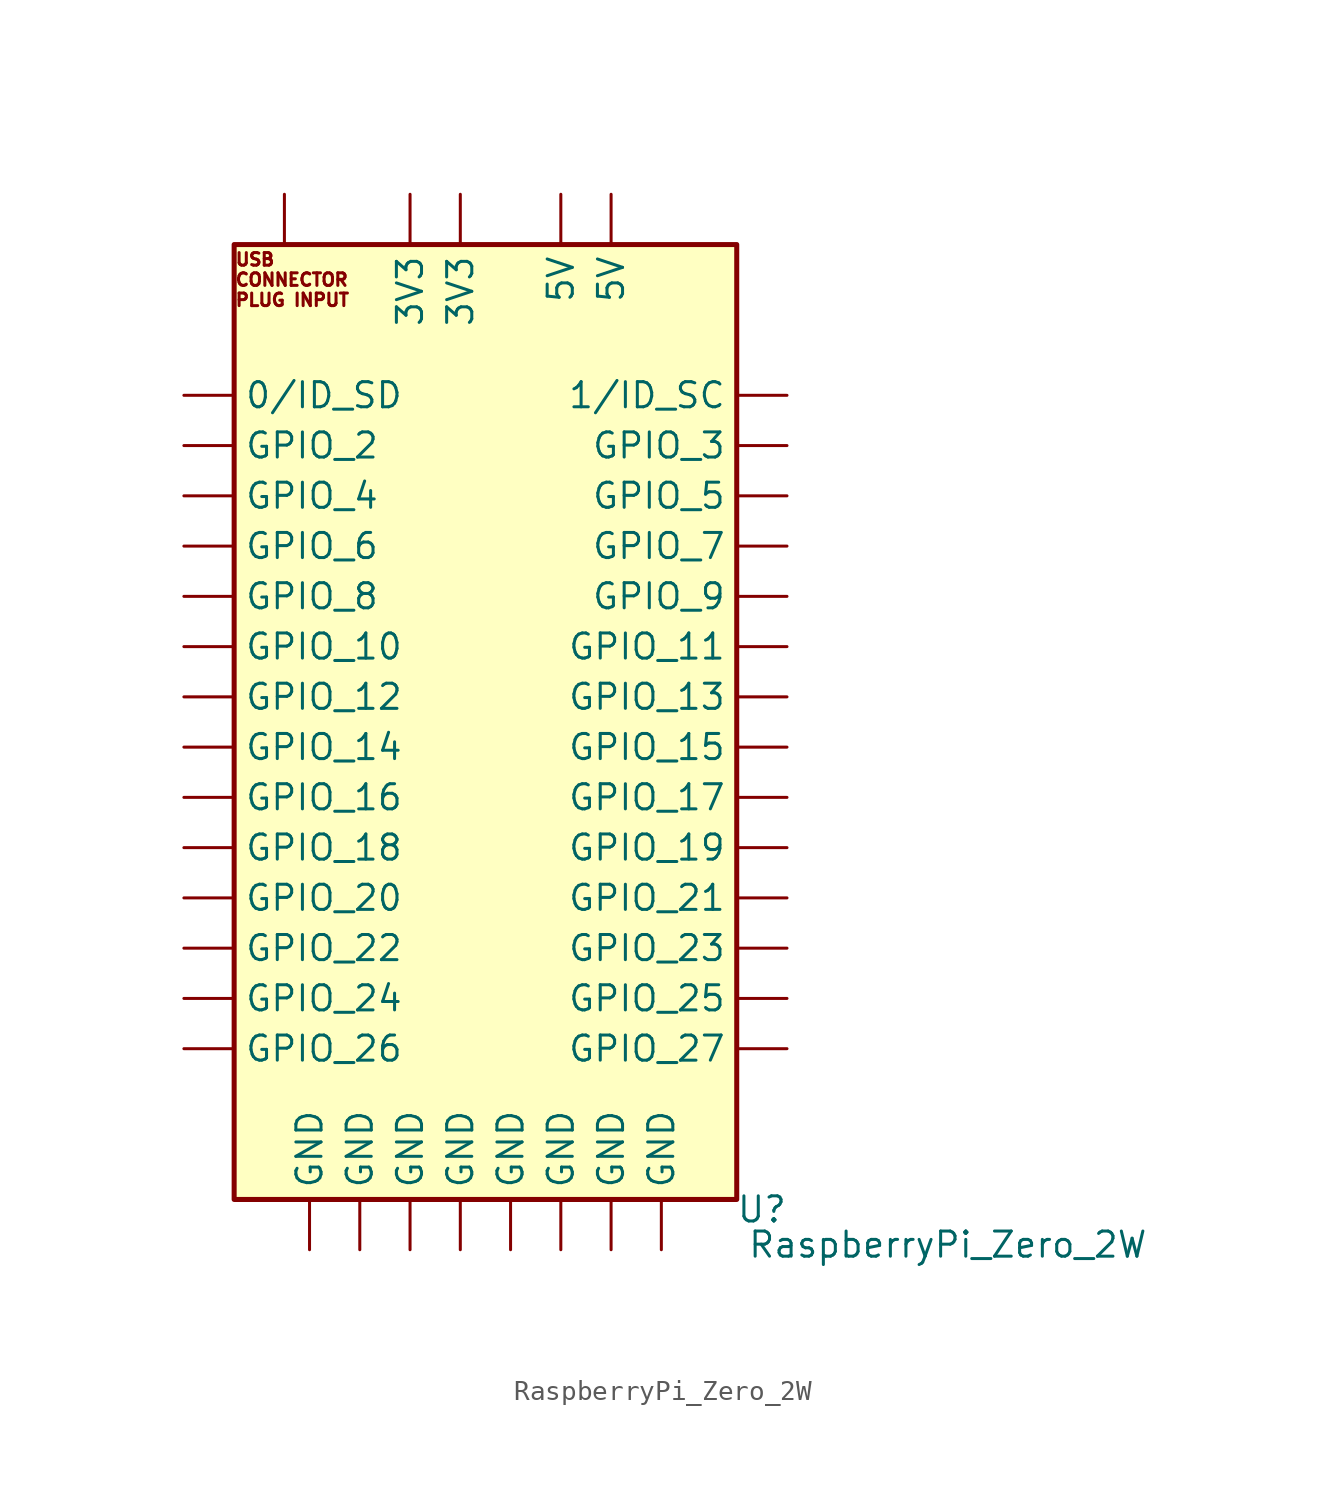
<source format=kicad_sym>
(kicad_symbol_lib
  (version 20231120)
  (generator "kicad_symbol_editor")
  (generator_version "8.0")
  (symbol "RaspberryPi_Zero_2W"
    (property "Reference" "U"
      (at 13.97 -23.368 0)
      (effects (font (size 1.27 1.27))))
    (property "Value" "RaspberryPi_Zero_2W"
      (at 23.368 -25.146 0)
      (effects (font (size 1.27 1.27))))
    (symbol "RaspberryPi_Zero_2W_0_1"
      (rectangle (start -12.7 25.4) (end 12.7 -22.86) (stroke (width 0.254) (type default)) (fill (type background))))
    (symbol "RaspberryPi_Zero_2W_1_1"
      (text "USB \nCONNECTOR \nPLUG INPUT" (at -12.7 23.622 0) (effects (font (size 0.635 0.635)) (justify left)))
      (pin bidirectional line (at -10.16 27.94 270) (length 2.54) (name "" (effects (font (size 1.27 1.27)))) (number "" (effects (font (size 1.27 1.27)))))
      (pin bidirectional line (at -15.24 17.78 0) (length 2.54) (name "0/ID_SD" (effects (font (size 1.27 1.27)))) (number "" (effects (font (size 1.27 1.27)))))
      (pin bidirectional line (at 15.24 17.78 180) (length 2.54) (name "1/ID_SC" (effects (font (size 1.27 1.27)))) (number "" (effects (font (size 1.27 1.27)))))
      (pin power_out line (at -3.81 27.94 270) (length 2.54) (name "3V3" (effects (font (size 1.27 1.27)))) (number "" (effects (font (size 1.27 1.27)))))
      (pin power_out line (at -1.27 27.94 270) (length 2.54) (name "3V3" (effects (font (size 1.27 1.27)))) (number "" (effects (font (size 1.27 1.27)))))
      (pin power_in line (at 3.81 27.94 270) (length 2.54) (name "5V" (effects (font (size 1.27 1.27)))) (number "" (effects (font (size 1.27 1.27)))))
      (pin power_in line (at 6.35 27.94 270) (length 2.54) (name "5V" (effects (font (size 1.27 1.27)))) (number "" (effects (font (size 1.27 1.27)))))
      (pin power_in line (at -8.89 -25.4 90) (length 2.54) (name "GND" (effects (font (size 1.27 1.27)))) (number "" (effects (font (size 1.27 1.27)))))
      (pin power_in line (at -6.35 -25.4 90) (length 2.54) (name "GND" (effects (font (size 1.27 1.27)))) (number "" (effects (font (size 1.27 1.27)))))
      (pin power_in line (at -3.81 -25.4 90) (length 2.54) (name "GND" (effects (font (size 1.27 1.27)))) (number "" (effects (font (size 1.27 1.27)))))
      (pin power_in line (at -1.27 -25.4 90) (length 2.54) (name "GND" (effects (font (size 1.27 1.27)))) (number "" (effects (font (size 1.27 1.27)))))
      (pin power_in line (at 1.27 -25.4 90) (length 2.54) (name "GND" (effects (font (size 1.27 1.27)))) (number "" (effects (font (size 1.27 1.27)))))
      (pin power_in line (at 3.81 -25.4 90) (length 2.54) (name "GND" (effects (font (size 1.27 1.27)))) (number "" (effects (font (size 1.27 1.27)))))
      (pin power_in line (at 6.35 -25.4 90) (length 2.54) (name "GND" (effects (font (size 1.27 1.27)))) (number "" (effects (font (size 1.27 1.27)))))
      (pin power_in line (at 8.89 -25.4 90) (length 2.54) (name "GND" (effects (font (size 1.27 1.27)))) (number "" (effects (font (size 1.27 1.27)))))
      (pin bidirectional line (at -15.24 5.08 0) (length 2.54) (name "GPIO_10" (effects (font (size 1.27 1.27)))) (number "" (effects (font (size 1.27 1.27)))))
      (pin bidirectional line (at 15.24 5.08 180) (length 2.54) (name "GPIO_11" (effects (font (size 1.27 1.27)))) (number "" (effects (font (size 1.27 1.27)))))
      (pin bidirectional line (at -15.24 2.54 0) (length 2.54) (name "GPIO_12" (effects (font (size 1.27 1.27)))) (number "" (effects (font (size 1.27 1.27)))))
      (pin bidirectional line (at 15.24 2.54 180) (length 2.54) (name "GPIO_13" (effects (font (size 1.27 1.27)))) (number "" (effects (font (size 1.27 1.27)))))
      (pin bidirectional line (at -15.24 0 0) (length 2.54) (name "GPIO_14" (effects (font (size 1.27 1.27)))) (number "" (effects (font (size 1.27 1.27)))))
      (pin bidirectional line (at 15.24 0 180) (length 2.54) (name "GPIO_15" (effects (font (size 1.27 1.27)))) (number "" (effects (font (size 1.27 1.27)))))
      (pin bidirectional line (at -15.24 -2.54 0) (length 2.54) (name "GPIO_16" (effects (font (size 1.27 1.27)))) (number "" (effects (font (size 1.27 1.27)))))
      (pin bidirectional line (at 15.24 -2.54 180) (length 2.54) (name "GPIO_17" (effects (font (size 1.27 1.27)))) (number "" (effects (font (size 1.27 1.27)))))
      (pin bidirectional line (at -15.24 -5.08 0) (length 2.54) (name "GPIO_18" (effects (font (size 1.27 1.27)))) (number "" (effects (font (size 1.27 1.27)))))
      (pin bidirectional line (at 15.24 -5.08 180) (length 2.54) (name "GPIO_19" (effects (font (size 1.27 1.27)))) (number "" (effects (font (size 1.27 1.27)))))
      (pin bidirectional line (at -15.24 15.24 0) (length 2.54) (name "GPIO_2" (effects (font (size 1.27 1.27)))) (number "" (effects (font (size 1.27 1.27)))))
      (pin bidirectional line (at -15.24 -7.62 0) (length 2.54) (name "GPIO_20" (effects (font (size 1.27 1.27)))) (number "" (effects (font (size 1.27 1.27)))))
      (pin bidirectional line (at 15.24 -7.62 180) (length 2.54) (name "GPIO_21" (effects (font (size 1.27 1.27)))) (number "" (effects (font (size 1.27 1.27)))))
      (pin bidirectional line (at -15.24 -10.16 0) (length 2.54) (name "GPIO_22" (effects (font (size 1.27 1.27)))) (number "" (effects (font (size 1.27 1.27)))))
      (pin bidirectional line (at 15.24 -10.16 180) (length 2.54) (name "GPIO_23" (effects (font (size 1.27 1.27)))) (number "" (effects (font (size 1.27 1.27)))))
      (pin bidirectional line (at -15.24 -12.7 0) (length 2.54) (name "GPIO_24" (effects (font (size 1.27 1.27)))) (number "" (effects (font (size 1.27 1.27)))))
      (pin bidirectional line (at 15.24 -12.7 180) (length 2.54) (name "GPIO_25" (effects (font (size 1.27 1.27)))) (number "" (effects (font (size 1.27 1.27)))))
      (pin bidirectional line (at -15.24 -15.24 0) (length 2.54) (name "GPIO_26" (effects (font (size 1.27 1.27)))) (number "" (effects (font (size 1.27 1.27)))))
      (pin bidirectional line (at 15.24 -15.24 180) (length 2.54) (name "GPIO_27" (effects (font (size 1.27 1.27)))) (number "" (effects (font (size 1.27 1.27)))))
      (pin bidirectional line (at 15.24 15.24 180) (length 2.54) (name "GPIO_3" (effects (font (size 1.27 1.27)))) (number "" (effects (font (size 1.27 1.27)))))
      (pin bidirectional line (at -15.24 12.7 0) (length 2.54) (name "GPIO_4" (effects (font (size 1.27 1.27)))) (number "" (effects (font (size 1.27 1.27)))))
      (pin bidirectional line (at 15.24 12.7 180) (length 2.54) (name "GPIO_5" (effects (font (size 1.27 1.27)))) (number "" (effects (font (size 1.27 1.27)))))
      (pin bidirectional line (at -15.24 10.16 0) (length 2.54) (name "GPIO_6" (effects (font (size 1.27 1.27)))) (number "" (effects (font (size 1.27 1.27)))))
      (pin bidirectional line (at 15.24 10.16 180) (length 2.54) (name "GPIO_7" (effects (font (size 1.27 1.27)))) (number "" (effects (font (size 1.27 1.27)))))
      (pin bidirectional line (at -15.24 7.62 0) (length 2.54) (name "GPIO_8" (effects (font (size 1.27 1.27)))) (number "" (effects (font (size 1.27 1.27)))))
      (pin bidirectional line (at 15.24 7.62 180) (length 2.54) (name "GPIO_9" (effects (font (size 1.27 1.27)))) (number "" (effects (font (size 1.27 1.27))))))))
</source>
